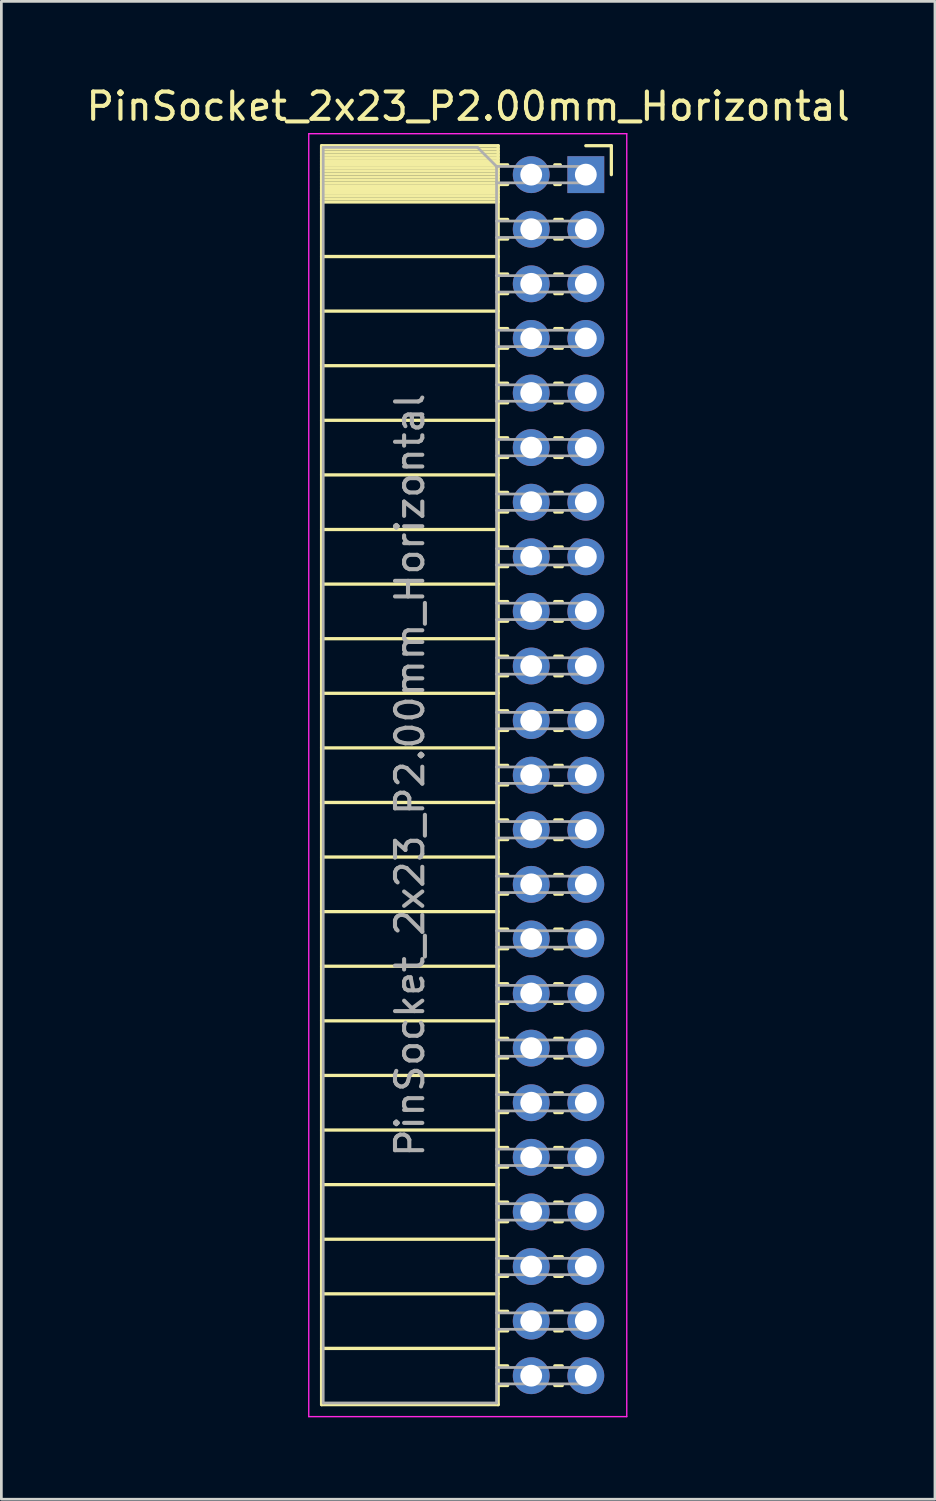
<source format=kicad_pcb>
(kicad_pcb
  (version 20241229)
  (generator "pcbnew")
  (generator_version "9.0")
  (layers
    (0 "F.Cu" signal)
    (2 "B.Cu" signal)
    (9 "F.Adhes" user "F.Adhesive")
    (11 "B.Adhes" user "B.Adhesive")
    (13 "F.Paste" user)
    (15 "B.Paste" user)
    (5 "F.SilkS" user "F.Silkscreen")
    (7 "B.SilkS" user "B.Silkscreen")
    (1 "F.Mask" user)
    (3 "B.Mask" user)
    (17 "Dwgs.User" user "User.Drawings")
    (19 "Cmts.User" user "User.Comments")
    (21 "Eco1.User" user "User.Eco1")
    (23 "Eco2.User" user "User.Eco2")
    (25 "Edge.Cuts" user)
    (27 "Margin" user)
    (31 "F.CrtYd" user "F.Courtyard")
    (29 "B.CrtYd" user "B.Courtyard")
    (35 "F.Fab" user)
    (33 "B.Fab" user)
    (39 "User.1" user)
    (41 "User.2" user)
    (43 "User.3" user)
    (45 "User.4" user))
  (footprint "PinSocket_2x23_P2.00mm_Horizontal"
    (layer "F.Cu")
    (at 18.411 3.348)
    (property "Reference" "PinSocket_2x23_P2.00mm_Horizontal" (at -4.31 -2.5 0) (layer "F.SilkS") (effects (font (size 1 1) (thickness 0.15))))
    (attr through_hole)
    (fp_line (start -9.68 -1.06) (end -9.68 45.06) (stroke (width 0.12) (type solid)) (layer "F.SilkS"))
    (fp_line (start -9.68 -1.06) (end -3.21 -1.06) (stroke (width 0.12) (type solid)) (layer "F.SilkS"))
    (fp_line (start -9.68 -0.94) (end -3.21 -0.94) (stroke (width 0.12) (type solid)) (layer "F.SilkS"))
    (fp_line (start -9.68 -0.826) (end -3.21 -0.826) (stroke (width 0.12) (type solid)) (layer "F.SilkS"))
    (fp_line (start -9.68 -0.712) (end -3.21 -0.712) (stroke (width 0.12) (type solid)) (layer "F.SilkS"))
    (fp_line (start -9.68 -0.598) (end -3.21 -0.598) (stroke (width 0.12) (type solid)) (layer "F.SilkS"))
    (fp_line (start -9.68 -0.484) (end -3.21 -0.484) (stroke (width 0.12) (type solid)) (layer "F.SilkS"))
    (fp_line (start -9.68 -0.369) (end -3.21 -0.369) (stroke (width 0.12) (type solid)) (layer "F.SilkS"))
    (fp_line (start -9.68 -0.255) (end -3.21 -0.255) (stroke (width 0.12) (type solid)) (layer "F.SilkS"))
    (fp_line (start -9.68 -0.141) (end -3.21 -0.141) (stroke (width 0.12) (type solid)) (layer "F.SilkS"))
    (fp_line (start -9.68 -0.027) (end -3.21 -0.027) (stroke (width 0.12) (type solid)) (layer "F.SilkS"))
    (fp_line (start -9.68 0.087) (end -3.21 0.087) (stroke (width 0.12) (type solid)) (layer "F.SilkS"))
    (fp_line (start -9.68 0.201) (end -3.21 0.201) (stroke (width 0.12) (type solid)) (layer "F.SilkS"))
    (fp_line (start -9.68 0.315) (end -3.21 0.315) (stroke (width 0.12) (type solid)) (layer "F.SilkS"))
    (fp_line (start -9.68 0.429) (end -3.21 0.429) (stroke (width 0.12) (type solid)) (layer "F.SilkS"))
    (fp_line (start -9.68 0.544) (end -3.21 0.544) (stroke (width 0.12) (type solid)) (layer "F.SilkS"))
    (fp_line (start -9.68 0.658) (end -3.21 0.658) (stroke (width 0.12) (type solid)) (layer "F.SilkS"))
    (fp_line (start -9.68 0.772) (end -3.21 0.772) (stroke (width 0.12) (type solid)) (layer "F.SilkS"))
    (fp_line (start -9.68 0.886) (end -3.21 0.886) (stroke (width 0.12) (type solid)) (layer "F.SilkS"))
    (fp_line (start -9.68 1) (end -3.21 1) (stroke (width 0.12) (type solid)) (layer "F.SilkS"))
    (fp_line (start -9.68 3) (end -3.21 3) (stroke (width 0.12) (type solid)) (layer "F.SilkS"))
    (fp_line (start -9.68 5) (end -3.21 5) (stroke (width 0.12) (type solid)) (layer "F.SilkS"))
    (fp_line (start -9.68 7) (end -3.21 7) (stroke (width 0.12) (type solid)) (layer "F.SilkS"))
    (fp_line (start -9.68 9) (end -3.21 9) (stroke (width 0.12) (type solid)) (layer "F.SilkS"))
    (fp_line (start -9.68 11) (end -3.21 11) (stroke (width 0.12) (type solid)) (layer "F.SilkS"))
    (fp_line (start -9.68 13) (end -3.21 13) (stroke (width 0.12) (type solid)) (layer "F.SilkS"))
    (fp_line (start -9.68 15) (end -3.21 15) (stroke (width 0.12) (type solid)) (layer "F.SilkS"))
    (fp_line (start -9.68 17) (end -3.21 17) (stroke (width 0.12) (type solid)) (layer "F.SilkS"))
    (fp_line (start -9.68 19) (end -3.21 19) (stroke (width 0.12) (type solid)) (layer "F.SilkS"))
    (fp_line (start -9.68 21) (end -3.21 21) (stroke (width 0.12) (type solid)) (layer "F.SilkS"))
    (fp_line (start -9.68 23) (end -3.21 23) (stroke (width 0.12) (type solid)) (layer "F.SilkS"))
    (fp_line (start -9.68 25) (end -3.21 25) (stroke (width 0.12) (type solid)) (layer "F.SilkS"))
    (fp_line (start -9.68 27) (end -3.21 27) (stroke (width 0.12) (type solid)) (layer "F.SilkS"))
    (fp_line (start -9.68 29) (end -3.21 29) (stroke (width 0.12) (type solid)) (layer "F.SilkS"))
    (fp_line (start -9.68 31) (end -3.21 31) (stroke (width 0.12) (type solid)) (layer "F.SilkS"))
    (fp_line (start -9.68 33) (end -3.21 33) (stroke (width 0.12) (type solid)) (layer "F.SilkS"))
    (fp_line (start -9.68 35) (end -3.21 35) (stroke (width 0.12) (type solid)) (layer "F.SilkS"))
    (fp_line (start -9.68 37) (end -3.21 37) (stroke (width 0.12) (type solid)) (layer "F.SilkS"))
    (fp_line (start -9.68 39) (end -3.21 39) (stroke (width 0.12) (type solid)) (layer "F.SilkS"))
    (fp_line (start -9.68 41) (end -3.21 41) (stroke (width 0.12) (type solid)) (layer "F.SilkS"))
    (fp_line (start -9.68 43) (end -3.21 43) (stroke (width 0.12) (type solid)) (layer "F.SilkS"))
    (fp_line (start -9.68 45.06) (end -3.21 45.06) (stroke (width 0.12) (type solid)) (layer "F.SilkS"))
    (fp_line (start -3.21 -1.06) (end -3.21 45.06) (stroke (width 0.12) (type solid)) (layer "F.SilkS"))
    (fp_line (start -3.21 -0.36) (end -2.863 -0.36) (stroke (width 0.12) (type solid)) (layer "F.SilkS"))
    (fp_line (start -3.21 0.36) (end -2.863 0.36) (stroke (width 0.12) (type solid)) (layer "F.SilkS"))
    (fp_line (start -3.21 1.64) (end -2.863 1.64) (stroke (width 0.12) (type solid)) (layer "F.SilkS"))
    (fp_line (start -3.21 2.36) (end -2.863 2.36) (stroke (width 0.12) (type solid)) (layer "F.SilkS"))
    (fp_line (start -3.21 3.64) (end -2.863 3.64) (stroke (width 0.12) (type solid)) (layer "F.SilkS"))
    (fp_line (start -3.21 4.36) (end -2.863 4.36) (stroke (width 0.12) (type solid)) (layer "F.SilkS"))
    (fp_line (start -3.21 5.64) (end -2.863 5.64) (stroke (width 0.12) (type solid)) (layer "F.SilkS"))
    (fp_line (start -3.21 6.36) (end -2.863 6.36) (stroke (width 0.12) (type solid)) (layer "F.SilkS"))
    (fp_line (start -3.21 7.64) (end -2.863 7.64) (stroke (width 0.12) (type solid)) (layer "F.SilkS"))
    (fp_line (start -3.21 8.36) (end -2.863 8.36) (stroke (width 0.12) (type solid)) (layer "F.SilkS"))
    (fp_line (start -3.21 9.64) (end -2.863 9.64) (stroke (width 0.12) (type solid)) (layer "F.SilkS"))
    (fp_line (start -3.21 10.36) (end -2.863 10.36) (stroke (width 0.12) (type solid)) (layer "F.SilkS"))
    (fp_line (start -3.21 11.64) (end -2.863 11.64) (stroke (width 0.12) (type solid)) (layer "F.SilkS"))
    (fp_line (start -3.21 12.36) (end -2.863 12.36) (stroke (width 0.12) (type solid)) (layer "F.SilkS"))
    (fp_line (start -3.21 13.64) (end -2.863 13.64) (stroke (width 0.12) (type solid)) (layer "F.SilkS"))
    (fp_line (start -3.21 14.36) (end -2.863 14.36) (stroke (width 0.12) (type solid)) (layer "F.SilkS"))
    (fp_line (start -3.21 15.64) (end -2.863 15.64) (stroke (width 0.12) (type solid)) (layer "F.SilkS"))
    (fp_line (start -3.21 16.36) (end -2.863 16.36) (stroke (width 0.12) (type solid)) (layer "F.SilkS"))
    (fp_line (start -3.21 17.64) (end -2.863 17.64) (stroke (width 0.12) (type solid)) (layer "F.SilkS"))
    (fp_line (start -3.21 18.36) (end -2.863 18.36) (stroke (width 0.12) (type solid)) (layer "F.SilkS"))
    (fp_line (start -3.21 19.64) (end -2.863 19.64) (stroke (width 0.12) (type solid)) (layer "F.SilkS"))
    (fp_line (start -3.21 20.36) (end -2.863 20.36) (stroke (width 0.12) (type solid)) (layer "F.SilkS"))
    (fp_line (start -3.21 21.64) (end -2.863 21.64) (stroke (width 0.12) (type solid)) (layer "F.SilkS"))
    (fp_line (start -3.21 22.36) (end -2.863 22.36) (stroke (width 0.12) (type solid)) (layer "F.SilkS"))
    (fp_line (start -3.21 23.64) (end -2.863 23.64) (stroke (width 0.12) (type solid)) (layer "F.SilkS"))
    (fp_line (start -3.21 24.36) (end -2.863 24.36) (stroke (width 0.12) (type solid)) (layer "F.SilkS"))
    (fp_line (start -3.21 25.64) (end -2.863 25.64) (stroke (width 0.12) (type solid)) (layer "F.SilkS"))
    (fp_line (start -3.21 26.36) (end -2.863 26.36) (stroke (width 0.12) (type solid)) (layer "F.SilkS"))
    (fp_line (start -3.21 27.64) (end -2.863 27.64) (stroke (width 0.12) (type solid)) (layer "F.SilkS"))
    (fp_line (start -3.21 28.36) (end -2.863 28.36) (stroke (width 0.12) (type solid)) (layer "F.SilkS"))
    (fp_line (start -3.21 29.64) (end -2.863 29.64) (stroke (width 0.12) (type solid)) (layer "F.SilkS"))
    (fp_line (start -3.21 30.36) (end -2.863 30.36) (stroke (width 0.12) (type solid)) (layer "F.SilkS"))
    (fp_line (start -3.21 31.64) (end -2.863 31.64) (stroke (width 0.12) (type solid)) (layer "F.SilkS"))
    (fp_line (start -3.21 32.36) (end -2.863 32.36) (stroke (width 0.12) (type solid)) (layer "F.SilkS"))
    (fp_line (start -3.21 33.64) (end -2.863 33.64) (stroke (width 0.12) (type solid)) (layer "F.SilkS"))
    (fp_line (start -3.21 34.36) (end -2.863 34.36) (stroke (width 0.12) (type solid)) (layer "F.SilkS"))
    (fp_line (start -3.21 35.64) (end -2.863 35.64) (stroke (width 0.12) (type solid)) (layer "F.SilkS"))
    (fp_line (start -3.21 36.36) (end -2.863 36.36) (stroke (width 0.12) (type solid)) (layer "F.SilkS"))
    (fp_line (start -3.21 37.64) (end -2.863 37.64) (stroke (width 0.12) (type solid)) (layer "F.SilkS"))
    (fp_line (start -3.21 38.36) (end -2.863 38.36) (stroke (width 0.12) (type solid)) (layer "F.SilkS"))
    (fp_line (start -3.21 39.64) (end -2.863 39.64) (stroke (width 0.12) (type solid)) (layer "F.SilkS"))
    (fp_line (start -3.21 40.36) (end -2.863 40.36) (stroke (width 0.12) (type solid)) (layer "F.SilkS"))
    (fp_line (start -3.21 41.64) (end -2.863 41.64) (stroke (width 0.12) (type solid)) (layer "F.SilkS"))
    (fp_line (start -3.21 42.36) (end -2.863 42.36) (stroke (width 0.12) (type solid)) (layer "F.SilkS"))
    (fp_line (start -3.21 43.64) (end -2.863 43.64) (stroke (width 0.12) (type solid)) (layer "F.SilkS"))
    (fp_line (start -3.21 44.36) (end -2.863 44.36) (stroke (width 0.12) (type solid)) (layer "F.SilkS"))
    (fp_line (start -1.137 -0.36) (end -0.935 -0.36) (stroke (width 0.12) (type solid)) (layer "F.SilkS"))
    (fp_line (start -1.137 0.36) (end -0.935 0.36) (stroke (width 0.12) (type solid)) (layer "F.SilkS"))
    (fp_line (start -1.137 1.64) (end -0.863 1.64) (stroke (width 0.12) (type solid)) (layer "F.SilkS"))
    (fp_line (start -1.137 2.36) (end -0.863 2.36) (stroke (width 0.12) (type solid)) (layer "F.SilkS"))
    (fp_line (start -1.137 3.64) (end -0.863 3.64) (stroke (width 0.12) (type solid)) (layer "F.SilkS"))
    (fp_line (start -1.137 4.36) (end -0.863 4.36) (stroke (width 0.12) (type solid)) (layer "F.SilkS"))
    (fp_line (start -1.137 5.64) (end -0.863 5.64) (stroke (width 0.12) (type solid)) (layer "F.SilkS"))
    (fp_line (start -1.137 6.36) (end -0.863 6.36) (stroke (width 0.12) (type solid)) (layer "F.SilkS"))
    (fp_line (start -1.137 7.64) (end -0.863 7.64) (stroke (width 0.12) (type solid)) (layer "F.SilkS"))
    (fp_line (start -1.137 8.36) (end -0.863 8.36) (stroke (width 0.12) (type solid)) (layer "F.SilkS"))
    (fp_line (start -1.137 9.64) (end -0.863 9.64) (stroke (width 0.12) (type solid)) (layer "F.SilkS"))
    (fp_line (start -1.137 10.36) (end -0.863 10.36) (stroke (width 0.12) (type solid)) (layer "F.SilkS"))
    (fp_line (start -1.137 11.64) (end -0.863 11.64) (stroke (width 0.12) (type solid)) (layer "F.SilkS"))
    (fp_line (start -1.137 12.36) (end -0.863 12.36) (stroke (width 0.12) (type solid)) (layer "F.SilkS"))
    (fp_line (start -1.137 13.64) (end -0.863 13.64) (stroke (width 0.12) (type solid)) (layer "F.SilkS"))
    (fp_line (start -1.137 14.36) (end -0.863 14.36) (stroke (width 0.12) (type solid)) (layer "F.SilkS"))
    (fp_line (start -1.137 15.64) (end -0.863 15.64) (stroke (width 0.12) (type solid)) (layer "F.SilkS"))
    (fp_line (start -1.137 16.36) (end -0.863 16.36) (stroke (width 0.12) (type solid)) (layer "F.SilkS"))
    (fp_line (start -1.137 17.64) (end -0.863 17.64) (stroke (width 0.12) (type solid)) (layer "F.SilkS"))
    (fp_line (start -1.137 18.36) (end -0.863 18.36) (stroke (width 0.12) (type solid)) (layer "F.SilkS"))
    (fp_line (start -1.137 19.64) (end -0.863 19.64) (stroke (width 0.12) (type solid)) (layer "F.SilkS"))
    (fp_line (start -1.137 20.36) (end -0.863 20.36) (stroke (width 0.12) (type solid)) (layer "F.SilkS"))
    (fp_line (start -1.137 21.64) (end -0.863 21.64) (stroke (width 0.12) (type solid)) (layer "F.SilkS"))
    (fp_line (start -1.137 22.36) (end -0.863 22.36) (stroke (width 0.12) (type solid)) (layer "F.SilkS"))
    (fp_line (start -1.137 23.64) (end -0.863 23.64) (stroke (width 0.12) (type solid)) (layer "F.SilkS"))
    (fp_line (start -1.137 24.36) (end -0.863 24.36) (stroke (width 0.12) (type solid)) (layer "F.SilkS"))
    (fp_line (start -1.137 25.64) (end -0.863 25.64) (stroke (width 0.12) (type solid)) (layer "F.SilkS"))
    (fp_line (start -1.137 26.36) (end -0.863 26.36) (stroke (width 0.12) (type solid)) (layer "F.SilkS"))
    (fp_line (start -1.137 27.64) (end -0.863 27.64) (stroke (width 0.12) (type solid)) (layer "F.SilkS"))
    (fp_line (start -1.137 28.36) (end -0.863 28.36) (stroke (width 0.12) (type solid)) (layer "F.SilkS"))
    (fp_line (start -1.137 29.64) (end -0.863 29.64) (stroke (width 0.12) (type solid)) (layer "F.SilkS"))
    (fp_line (start -1.137 30.36) (end -0.863 30.36) (stroke (width 0.12) (type solid)) (layer "F.SilkS"))
    (fp_line (start -1.137 31.64) (end -0.863 31.64) (stroke (width 0.12) (type solid)) (layer "F.SilkS"))
    (fp_line (start -1.137 32.36) (end -0.863 32.36) (stroke (width 0.12) (type solid)) (layer "F.SilkS"))
    (fp_line (start -1.137 33.64) (end -0.863 33.64) (stroke (width 0.12) (type solid)) (layer "F.SilkS"))
    (fp_line (start -1.137 34.36) (end -0.863 34.36) (stroke (width 0.12) (type solid)) (layer "F.SilkS"))
    (fp_line (start -1.137 35.64) (end -0.863 35.64) (stroke (width 0.12) (type solid)) (layer "F.SilkS"))
    (fp_line (start -1.137 36.36) (end -0.863 36.36) (stroke (width 0.12) (type solid)) (layer "F.SilkS"))
    (fp_line (start -1.137 37.64) (end -0.863 37.64) (stroke (width 0.12) (type solid)) (layer "F.SilkS"))
    (fp_line (start -1.137 38.36) (end -0.863 38.36) (stroke (width 0.12) (type solid)) (layer "F.SilkS"))
    (fp_line (start -1.137 39.64) (end -0.863 39.64) (stroke (width 0.12) (type solid)) (layer "F.SilkS"))
    (fp_line (start -1.137 40.36) (end -0.863 40.36) (stroke (width 0.12) (type solid)) (layer "F.SilkS"))
    (fp_line (start -1.137 41.64) (end -0.863 41.64) (stroke (width 0.12) (type solid)) (layer "F.SilkS"))
    (fp_line (start -1.137 42.36) (end -0.863 42.36) (stroke (width 0.12) (type solid)) (layer "F.SilkS"))
    (fp_line (start -1.137 43.64) (end -0.863 43.64) (stroke (width 0.12) (type solid)) (layer "F.SilkS"))
    (fp_line (start -1.137 44.36) (end -0.863 44.36) (stroke (width 0.12) (type solid)) (layer "F.SilkS"))
    (fp_line (start 0 -1.06) (end 0.935 -1.06) (stroke (width 0.12) (type solid)) (layer "F.SilkS"))
    (fp_line (start 0.935 -1.06) (end 0.935 0) (stroke (width 0.12) (type solid)) (layer "F.SilkS"))
    (fp_line (start -10.15 -1.5) (end -10.15 45.5) (stroke (width 0.05) (type solid)) (layer "F.CrtYd"))
    (fp_line (start -10.15 45.5) (end 1.5 45.5) (stroke (width 0.05) (type solid)) (layer "F.CrtYd"))
    (fp_line (start 1.5 -1.5) (end -10.15 -1.5) (stroke (width 0.05) (type solid)) (layer "F.CrtYd"))
    (fp_line (start 1.5 45.5) (end 1.5 -1.5) (stroke (width 0.05) (type solid)) (layer "F.CrtYd"))
    (fp_line (start -9.62 -1) (end -3.97 -1) (stroke (width 0.1) (type solid)) (layer "F.Fab"))
    (fp_line (start -9.62 45) (end -9.62 -1) (stroke (width 0.1) (type solid)) (layer "F.Fab"))
    (fp_line (start -3.97 -1) (end -3.27 -0.3) (stroke (width 0.1) (type solid)) (layer "F.Fab"))
    (fp_line (start -3.27 -0.3) (end -3.27 45) (stroke (width 0.1) (type solid)) (layer "F.Fab"))
    (fp_line (start -3.27 0.3) (end 0 0.3) (stroke (width 0.1) (type solid)) (layer "F.Fab"))
    (fp_line (start -3.27 2.3) (end 0 2.3) (stroke (width 0.1) (type solid)) (layer "F.Fab"))
    (fp_line (start -3.27 4.3) (end 0 4.3) (stroke (width 0.1) (type solid)) (layer "F.Fab"))
    (fp_line (start -3.27 6.3) (end 0 6.3) (stroke (width 0.1) (type solid)) (layer "F.Fab"))
    (fp_line (start -3.27 8.3) (end 0 8.3) (stroke (width 0.1) (type solid)) (layer "F.Fab"))
    (fp_line (start -3.27 10.3) (end 0 10.3) (stroke (width 0.1) (type solid)) (layer "F.Fab"))
    (fp_line (start -3.27 12.3) (end 0 12.3) (stroke (width 0.1) (type solid)) (layer "F.Fab"))
    (fp_line (start -3.27 14.3) (end 0 14.3) (stroke (width 0.1) (type solid)) (layer "F.Fab"))
    (fp_line (start -3.27 16.3) (end 0 16.3) (stroke (width 0.1) (type solid)) (layer "F.Fab"))
    (fp_line (start -3.27 18.3) (end 0 18.3) (stroke (width 0.1) (type solid)) (layer "F.Fab"))
    (fp_line (start -3.27 20.3) (end 0 20.3) (stroke (width 0.1) (type solid)) (layer "F.Fab"))
    (fp_line (start -3.27 22.3) (end 0 22.3) (stroke (width 0.1) (type solid)) (layer "F.Fab"))
    (fp_line (start -3.27 24.3) (end 0 24.3) (stroke (width 0.1) (type solid)) (layer "F.Fab"))
    (fp_line (start -3.27 26.3) (end 0 26.3) (stroke (width 0.1) (type solid)) (layer "F.Fab"))
    (fp_line (start -3.27 28.3) (end 0 28.3) (stroke (width 0.1) (type solid)) (layer "F.Fab"))
    (fp_line (start -3.27 30.3) (end 0 30.3) (stroke (width 0.1) (type solid)) (layer "F.Fab"))
    (fp_line (start -3.27 32.3) (end 0 32.3) (stroke (width 0.1) (type solid)) (layer "F.Fab"))
    (fp_line (start -3.27 34.3) (end 0 34.3) (stroke (width 0.1) (type solid)) (layer "F.Fab"))
    (fp_line (start -3.27 36.3) (end 0 36.3) (stroke (width 0.1) (type solid)) (layer "F.Fab"))
    (fp_line (start -3.27 38.3) (end 0 38.3) (stroke (width 0.1) (type solid)) (layer "F.Fab"))
    (fp_line (start -3.27 40.3) (end 0 40.3) (stroke (width 0.1) (type solid)) (layer "F.Fab"))
    (fp_line (start -3.27 42.3) (end 0 42.3) (stroke (width 0.1) (type solid)) (layer "F.Fab"))
    (fp_line (start -3.27 44.3) (end 0 44.3) (stroke (width 0.1) (type solid)) (layer "F.Fab"))
    (fp_line (start -3.27 45) (end -9.62 45) (stroke (width 0.1) (type solid)) (layer "F.Fab"))
    (fp_line (start 0 -0.3) (end -3.27 -0.3) (stroke (width 0.1) (type solid)) (layer "F.Fab"))
    (fp_line (start 0 0.3) (end 0 -0.3) (stroke (width 0.1) (type solid)) (layer "F.Fab"))
    (fp_line (start 0 1.7) (end -3.27 1.7) (stroke (width 0.1) (type solid)) (layer "F.Fab"))
    (fp_line (start 0 2.3) (end 0 1.7) (stroke (width 0.1) (type solid)) (layer "F.Fab"))
    (fp_line (start 0 3.7) (end -3.27 3.7) (stroke (width 0.1) (type solid)) (layer "F.Fab"))
    (fp_line (start 0 4.3) (end 0 3.7) (stroke (width 0.1) (type solid)) (layer "F.Fab"))
    (fp_line (start 0 5.7) (end -3.27 5.7) (stroke (width 0.1) (type solid)) (layer "F.Fab"))
    (fp_line (start 0 6.3) (end 0 5.7) (stroke (width 0.1) (type solid)) (layer "F.Fab"))
    (fp_line (start 0 7.7) (end -3.27 7.7) (stroke (width 0.1) (type solid)) (layer "F.Fab"))
    (fp_line (start 0 8.3) (end 0 7.7) (stroke (width 0.1) (type solid)) (layer "F.Fab"))
    (fp_line (start 0 9.7) (end -3.27 9.7) (stroke (width 0.1) (type solid)) (layer "F.Fab"))
    (fp_line (start 0 10.3) (end 0 9.7) (stroke (width 0.1) (type solid)) (layer "F.Fab"))
    (fp_line (start 0 11.7) (end -3.27 11.7) (stroke (width 0.1) (type solid)) (layer "F.Fab"))
    (fp_line (start 0 12.3) (end 0 11.7) (stroke (width 0.1) (type solid)) (layer "F.Fab"))
    (fp_line (start 0 13.7) (end -3.27 13.7) (stroke (width 0.1) (type solid)) (layer "F.Fab"))
    (fp_line (start 0 14.3) (end 0 13.7) (stroke (width 0.1) (type solid)) (layer "F.Fab"))
    (fp_line (start 0 15.7) (end -3.27 15.7) (stroke (width 0.1) (type solid)) (layer "F.Fab"))
    (fp_line (start 0 16.3) (end 0 15.7) (stroke (width 0.1) (type solid)) (layer "F.Fab"))
    (fp_line (start 0 17.7) (end -3.27 17.7) (stroke (width 0.1) (type solid)) (layer "F.Fab"))
    (fp_line (start 0 18.3) (end 0 17.7) (stroke (width 0.1) (type solid)) (layer "F.Fab"))
    (fp_line (start 0 19.7) (end -3.27 19.7) (stroke (width 0.1) (type solid)) (layer "F.Fab"))
    (fp_line (start 0 20.3) (end 0 19.7) (stroke (width 0.1) (type solid)) (layer "F.Fab"))
    (fp_line (start 0 21.7) (end -3.27 21.7) (stroke (width 0.1) (type solid)) (layer "F.Fab"))
    (fp_line (start 0 22.3) (end 0 21.7) (stroke (width 0.1) (type solid)) (layer "F.Fab"))
    (fp_line (start 0 23.7) (end -3.27 23.7) (stroke (width 0.1) (type solid)) (layer "F.Fab"))
    (fp_line (start 0 24.3) (end 0 23.7) (stroke (width 0.1) (type solid)) (layer "F.Fab"))
    (fp_line (start 0 25.7) (end -3.27 25.7) (stroke (width 0.1) (type solid)) (layer "F.Fab"))
    (fp_line (start 0 26.3) (end 0 25.7) (stroke (width 0.1) (type solid)) (layer "F.Fab"))
    (fp_line (start 0 27.7) (end -3.27 27.7) (stroke (width 0.1) (type solid)) (layer "F.Fab"))
    (fp_line (start 0 28.3) (end 0 27.7) (stroke (width 0.1) (type solid)) (layer "F.Fab"))
    (fp_line (start 0 29.7) (end -3.27 29.7) (stroke (width 0.1) (type solid)) (layer "F.Fab"))
    (fp_line (start 0 30.3) (end 0 29.7) (stroke (width 0.1) (type solid)) (layer "F.Fab"))
    (fp_line (start 0 31.7) (end -3.27 31.7) (stroke (width 0.1) (type solid)) (layer "F.Fab"))
    (fp_line (start 0 32.3) (end 0 31.7) (stroke (width 0.1) (type solid)) (layer "F.Fab"))
    (fp_line (start 0 33.7) (end -3.27 33.7) (stroke (width 0.1) (type solid)) (layer "F.Fab"))
    (fp_line (start 0 34.3) (end 0 33.7) (stroke (width 0.1) (type solid)) (layer "F.Fab"))
    (fp_line (start 0 35.7) (end -3.27 35.7) (stroke (width 0.1) (type solid)) (layer "F.Fab"))
    (fp_line (start 0 36.3) (end 0 35.7) (stroke (width 0.1) (type solid)) (layer "F.Fab"))
    (fp_line (start 0 37.7) (end -3.27 37.7) (stroke (width 0.1) (type solid)) (layer "F.Fab"))
    (fp_line (start 0 38.3) (end 0 37.7) (stroke (width 0.1) (type solid)) (layer "F.Fab"))
    (fp_line (start 0 39.7) (end -3.27 39.7) (stroke (width 0.1) (type solid)) (layer "F.Fab"))
    (fp_line (start 0 40.3) (end 0 39.7) (stroke (width 0.1) (type solid)) (layer "F.Fab"))
    (fp_line (start 0 41.7) (end -3.27 41.7) (stroke (width 0.1) (type solid)) (layer "F.Fab"))
    (fp_line (start 0 42.3) (end 0 41.7) (stroke (width 0.1) (type solid)) (layer "F.Fab"))
    (fp_line (start 0 43.7) (end -3.27 43.7) (stroke (width 0.1) (type solid)) (layer "F.Fab"))
    (fp_line (start 0 44.3) (end 0 43.7) (stroke (width 0.1) (type solid)) (layer "F.Fab"))
    (fp_text user "${REFERENCE}" (at -6.445 22 90) (layer "F.Fab") (effects (font (size 1 1) (thickness 0.15))))
    (pad "1" thru_hole rect (at 0 0) (size 1.35 1.35) (drill 0.8) (layers "*.Cu" "*.Mask"))
    (pad "2" thru_hole circle (at -2 0) (size 1.35 1.35) (drill 0.8) (layers "*.Cu" "*.Mask"))
    (pad "3" thru_hole circle (at 0 2) (size 1.35 1.35) (drill 0.8) (layers "*.Cu" "*.Mask"))
    (pad "4" thru_hole circle (at -2 2) (size 1.35 1.35) (drill 0.8) (layers "*.Cu" "*.Mask"))
    (pad "5" thru_hole circle (at 0 4) (size 1.35 1.35) (drill 0.8) (layers "*.Cu" "*.Mask"))
    (pad "6" thru_hole circle (at -2 4) (size 1.35 1.35) (drill 0.8) (layers "*.Cu" "*.Mask"))
    (pad "7" thru_hole circle (at 0 6) (size 1.35 1.35) (drill 0.8) (layers "*.Cu" "*.Mask"))
    (pad "8" thru_hole circle (at -2 6) (size 1.35 1.35) (drill 0.8) (layers "*.Cu" "*.Mask"))
    (pad "9" thru_hole circle (at 0 8) (size 1.35 1.35) (drill 0.8) (layers "*.Cu" "*.Mask"))
    (pad "10" thru_hole circle (at -2 8) (size 1.35 1.35) (drill 0.8) (layers "*.Cu" "*.Mask"))
    (pad "11" thru_hole circle (at 0 10) (size 1.35 1.35) (drill 0.8) (layers "*.Cu" "*.Mask"))
    (pad "12" thru_hole circle (at -2 10) (size 1.35 1.35) (drill 0.8) (layers "*.Cu" "*.Mask"))
    (pad "13" thru_hole circle (at 0 12) (size 1.35 1.35) (drill 0.8) (layers "*.Cu" "*.Mask"))
    (pad "14" thru_hole circle (at -2 12) (size 1.35 1.35) (drill 0.8) (layers "*.Cu" "*.Mask"))
    (pad "15" thru_hole circle (at 0 14) (size 1.35 1.35) (drill 0.8) (layers "*.Cu" "*.Mask"))
    (pad "16" thru_hole circle (at -2 14) (size 1.35 1.35) (drill 0.8) (layers "*.Cu" "*.Mask"))
    (pad "17" thru_hole circle (at 0 16) (size 1.35 1.35) (drill 0.8) (layers "*.Cu" "*.Mask"))
    (pad "18" thru_hole circle (at -2 16) (size 1.35 1.35) (drill 0.8) (layers "*.Cu" "*.Mask"))
    (pad "19" thru_hole circle (at 0 18) (size 1.35 1.35) (drill 0.8) (layers "*.Cu" "*.Mask"))
    (pad "20" thru_hole circle (at -2 18) (size 1.35 1.35) (drill 0.8) (layers "*.Cu" "*.Mask"))
    (pad "21" thru_hole circle (at 0 20) (size 1.35 1.35) (drill 0.8) (layers "*.Cu" "*.Mask"))
    (pad "22" thru_hole circle (at -2 20) (size 1.35 1.35) (drill 0.8) (layers "*.Cu" "*.Mask"))
    (pad "23" thru_hole circle (at 0 22) (size 1.35 1.35) (drill 0.8) (layers "*.Cu" "*.Mask"))
    (pad "24" thru_hole circle (at -2 22) (size 1.35 1.35) (drill 0.8) (layers "*.Cu" "*.Mask"))
    (pad "25" thru_hole circle (at 0 24) (size 1.35 1.35) (drill 0.8) (layers "*.Cu" "*.Mask"))
    (pad "26" thru_hole circle (at -2 24) (size 1.35 1.35) (drill 0.8) (layers "*.Cu" "*.Mask"))
    (pad "27" thru_hole circle (at 0 26) (size 1.35 1.35) (drill 0.8) (layers "*.Cu" "*.Mask"))
    (pad "28" thru_hole circle (at -2 26) (size 1.35 1.35) (drill 0.8) (layers "*.Cu" "*.Mask"))
    (pad "29" thru_hole circle (at 0 28) (size 1.35 1.35) (drill 0.8) (layers "*.Cu" "*.Mask"))
    (pad "30" thru_hole circle (at -2 28) (size 1.35 1.35) (drill 0.8) (layers "*.Cu" "*.Mask"))
    (pad "31" thru_hole circle (at 0 30) (size 1.35 1.35) (drill 0.8) (layers "*.Cu" "*.Mask"))
    (pad "32" thru_hole circle (at -2 30) (size 1.35 1.35) (drill 0.8) (layers "*.Cu" "*.Mask"))
    (pad "33" thru_hole circle (at 0 32) (size 1.35 1.35) (drill 0.8) (layers "*.Cu" "*.Mask"))
    (pad "34" thru_hole circle (at -2 32) (size 1.35 1.35) (drill 0.8) (layers "*.Cu" "*.Mask"))
    (pad "35" thru_hole circle (at 0 34) (size 1.35 1.35) (drill 0.8) (layers "*.Cu" "*.Mask"))
    (pad "36" thru_hole circle (at -2 34) (size 1.35 1.35) (drill 0.8) (layers "*.Cu" "*.Mask"))
    (pad "37" thru_hole circle (at 0 36) (size 1.35 1.35) (drill 0.8) (layers "*.Cu" "*.Mask"))
    (pad "38" thru_hole circle (at -2 36) (size 1.35 1.35) (drill 0.8) (layers "*.Cu" "*.Mask"))
    (pad "39" thru_hole circle (at 0 38) (size 1.35 1.35) (drill 0.8) (layers "*.Cu" "*.Mask"))
    (pad "40" thru_hole circle (at -2 38) (size 1.35 1.35) (drill 0.8) (layers "*.Cu" "*.Mask"))
    (pad "41" thru_hole circle (at 0 40) (size 1.35 1.35) (drill 0.8) (layers "*.Cu" "*.Mask"))
    (pad "42" thru_hole circle (at -2 40) (size 1.35 1.35) (drill 0.8) (layers "*.Cu" "*.Mask"))
    (pad "43" thru_hole circle (at 0 42) (size 1.35 1.35) (drill 0.8) (layers "*.Cu" "*.Mask"))
    (pad "44" thru_hole circle (at -2 42) (size 1.35 1.35) (drill 0.8) (layers "*.Cu" "*.Mask"))
    (pad "45" thru_hole circle (at 0 44) (size 1.35 1.35) (drill 0.8) (layers "*.Cu" "*.Mask"))
    (pad "46" thru_hole circle (at -2 44) (size 1.35 1.35) (drill 0.8) (layers "*.Cu" "*.Mask")))
  (gr_rect
    (start -3 -3)
    (end 31.202 51.873)
    (stroke (width 0.1) (type default))
    (fill no)
    (layer "Edge.Cuts")))
</source>
